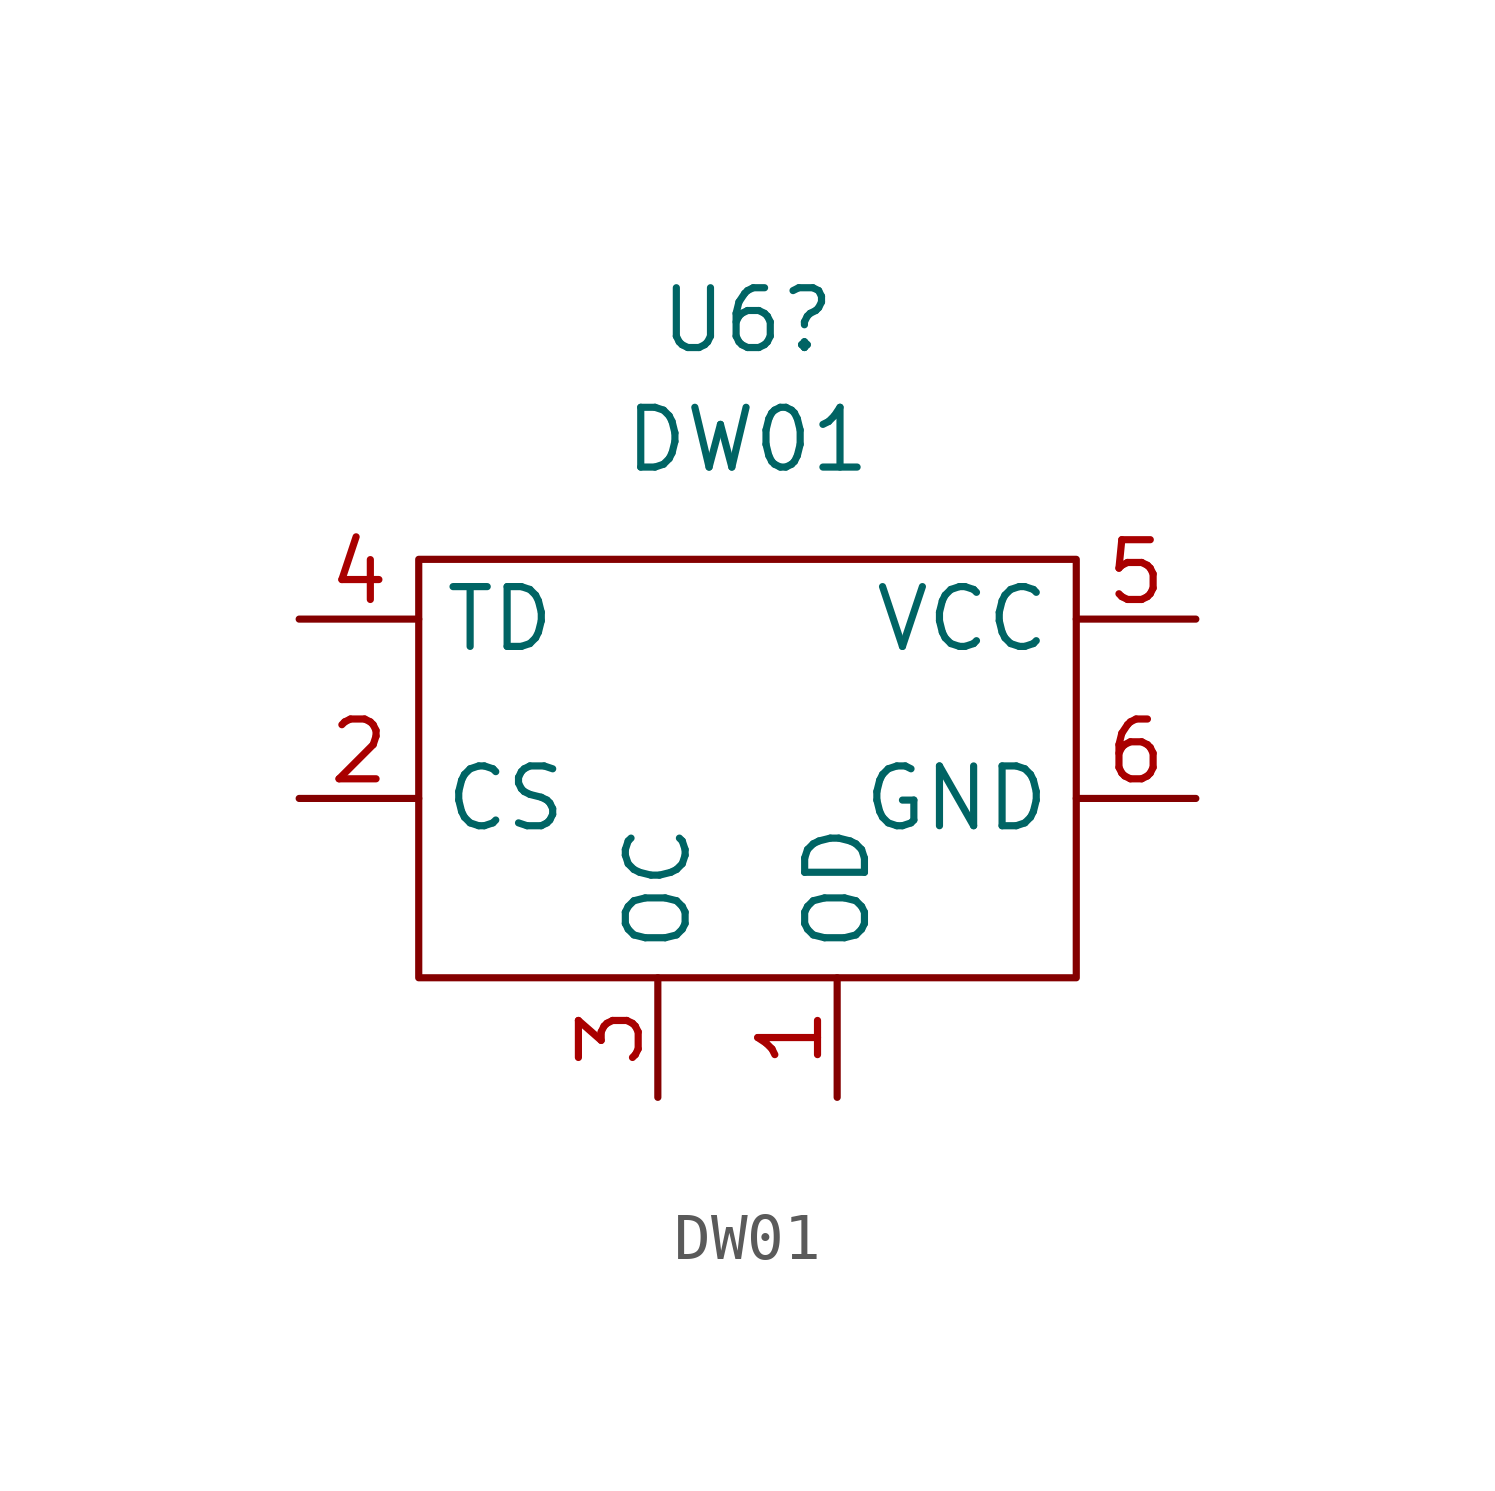
<source format=kicad_sym>
(kicad_symbol_lib
  (version 20211014)
  (generator kicad_symbol_editor)
  (symbol "DW01"
    (property "Reference" "U6"
      (at 6.985 13.97 0)
      (effects (font (size 1.27 1.27))))
    (property "Value" "DW01"
      (at 6.985 11.43 0)
      (effects (font (size 1.27 1.27))))
    (symbol "DW01_0_1"
      (rectangle (start 0 8.89) (end 13.97 0) (stroke (width 0) (type default) (color 0 0 0 0)) (fill (type none))))
    (symbol "DW01_1_1"
      (pin input line (at 8.89 -2.54 90) (length 2.54) (name "OD" (effects (font (size 1.27 1.27)))) (number "1" (effects (font (size 1.27 1.27)))))
      (pin input line (at -2.54 3.81 0) (length 2.54) (name "CS" (effects (font (size 1.27 1.27)))) (number "2" (effects (font (size 1.27 1.27)))))
      (pin input line (at 5.08 -2.54 90) (length 2.54) (name "OC" (effects (font (size 1.27 1.27)))) (number "3" (effects (font (size 1.27 1.27)))))
      (pin input line (at -2.54 7.62 0) (length 2.54) (name "TD" (effects (font (size 1.27 1.27)))) (number "4" (effects (font (size 1.27 1.27)))))
      (pin input line (at 16.51 7.62 180) (length 2.54) (name "VCC" (effects (font (size 1.27 1.27)))) (number "5" (effects (font (size 1.27 1.27)))))
      (pin input line (at 16.51 3.81 180) (length 2.54) (name "GND" (effects (font (size 1.27 1.27)))) (number "6" (effects (font (size 1.27 1.27))))))))
</source>
